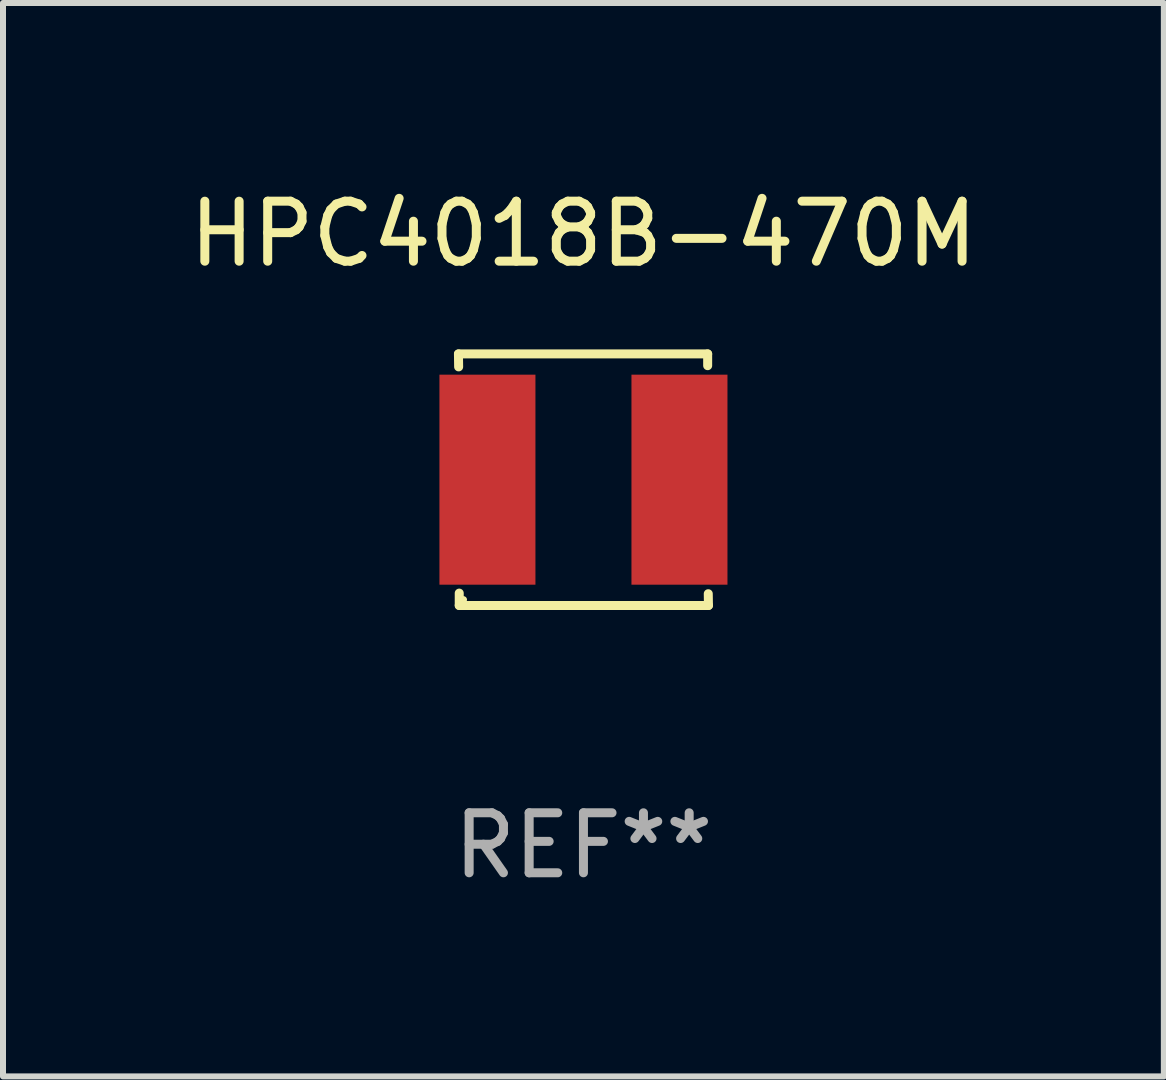
<source format=kicad_pcb>
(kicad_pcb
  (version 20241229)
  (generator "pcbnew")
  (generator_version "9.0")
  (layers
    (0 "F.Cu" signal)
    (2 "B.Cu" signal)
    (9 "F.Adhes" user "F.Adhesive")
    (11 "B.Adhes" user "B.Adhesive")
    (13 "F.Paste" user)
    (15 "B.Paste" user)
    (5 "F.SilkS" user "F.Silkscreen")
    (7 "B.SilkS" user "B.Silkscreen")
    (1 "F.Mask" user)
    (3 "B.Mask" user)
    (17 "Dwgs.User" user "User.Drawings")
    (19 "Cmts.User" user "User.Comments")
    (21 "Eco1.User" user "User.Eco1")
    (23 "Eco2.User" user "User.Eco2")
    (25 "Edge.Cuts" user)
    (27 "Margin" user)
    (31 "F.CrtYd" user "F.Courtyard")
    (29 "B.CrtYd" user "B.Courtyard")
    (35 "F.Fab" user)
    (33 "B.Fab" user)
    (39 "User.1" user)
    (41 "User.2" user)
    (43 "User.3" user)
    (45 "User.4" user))
  (footprint "HPC4018B-470M"
    (layer "F.Cu")
    (at 6.673 4.944)
    (property "Reference" "HPC4018B-470M" (at 0 -4.096 0) (layer "F.SilkS") (effects (font (size 1 1) (thickness 0.15))))
    (attr through_hole)
    (fp_line (start -2.083 -2.096) (end -2.08 -1.88) (stroke (width 0.15) (type solid)) (layer "F.SilkS"))
    (fp_line (start -2.07 1.89) (end -2.07 2.096) (stroke (width 0.15) (type solid)) (layer "F.SilkS"))
    (fp_line (start -2.07 2.096) (end 2.083 2.096) (stroke (width 0.15) (type solid)) (layer "F.SilkS"))
    (fp_line (start 2.07 -1.9) (end 2.07 -2.096) (stroke (width 0.15) (type solid)) (layer "F.SilkS"))
    (fp_line (start 2.07 -2.096) (end -2.083 -2.096) (stroke (width 0.15) (type solid)) (layer "F.SilkS"))
    (fp_line (start 2.083 2.096) (end 2.08 1.9) (stroke (width 0.15) (type solid)) (layer "F.SilkS"))
    (fp_circle (center -2 2) (end -1.97 2) (stroke (width 0.06) (type solid)) (fill no) (layer "F.SilkS"))
    (fp_text user "REF**" (at 0 6.096 0) (layer "F.Fab") (effects (font (size 1 1) (thickness 0.15))))
    (pad "1" smd rect (at -1.6 -0.000343) (size 1.6 3.5) (layers "F.Cu" "F.Mask" "F.Paste"))
    (pad "2" smd rect (at 1.6 -0.000343) (size 1.6 3.5) (layers "F.Cu" "F.Mask" "F.Paste")))
  (gr_rect
    (start -3 -3)
    (end 16.345 14.888)
    (stroke (width 0.1) (type default))
    (fill no)
    (layer "Edge.Cuts")))
</source>
